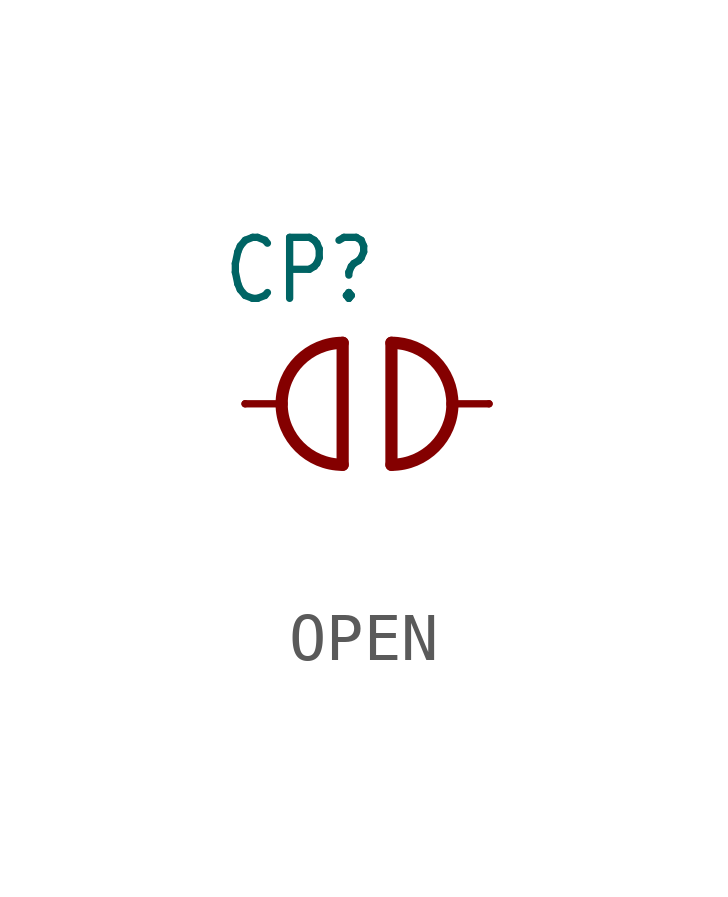
<source format=kicad_sym>
(kicad_symbol_lib
  (version 20220914)
  (generator kicad_symbol_editor)
  (symbol "OPEN"
    (property "Reference" "CP"
      (at -3.048 2.032 0)
      (effects (font (size 1.27 1.079)) (justify left bottom)))
    (property "Value" ""
      (at -2.794 -3.302 0)
      (effects (font (size 1.27 1.079)) (justify left bottom)))
    (property "ki_locked" ""
      (at 0 0 0)
      (effects (font (size 1.27 1.27))))
    (symbol "OPEN_1_0"
      (arc (start -1.778 0) (mid -1.406 -0.8981) (end -0.5079 -1.2701) (stroke (width 0.254) (type solid)) (fill (type none)))
      (arc (start -0.508 1.27) (mid -1.406 0.898) (end -1.7779 -0.0001) (stroke (width 0.254) (type solid)) (fill (type none)))
      (polyline (pts (xy -2.54 0) (xy -1.778 0)) (stroke (width 0.152) (type solid)) (fill (type none)))
      (polyline (pts (xy -0.508 1.27) (xy -0.508 -1.27)) (stroke (width 0.254) (type solid)) (fill (type none)))
      (polyline (pts (xy 0.508 -1.27) (xy 0.508 1.27)) (stroke (width 0.254) (type solid)) (fill (type none)))
      (polyline (pts (xy 1.778 0) (xy 2.54 0)) (stroke (width 0.152) (type solid)) (fill (type none)))
      (arc (start 0.508 -1.27) (mid 1.406 -0.898) (end 1.7779 0.0001) (stroke (width 0.254) (type solid)) (fill (type none)))
      (arc (start 1.778 0) (mid 1.406 0.8981) (end 0.5079 1.2701) (stroke (width 0.254) (type solid)) (fill (type none)))
      (pin passive line (at -2.54 0 0) (length 0) (name "1" (effects (font (size 0 0)))) (number "1" (effects (font (size 0 0)))))
      (pin passive line (at 2.54 0 180) (length 0) (name "2" (effects (font (size 0 0)))) (number "2" (effects (font (size 0 0))))))))
</source>
